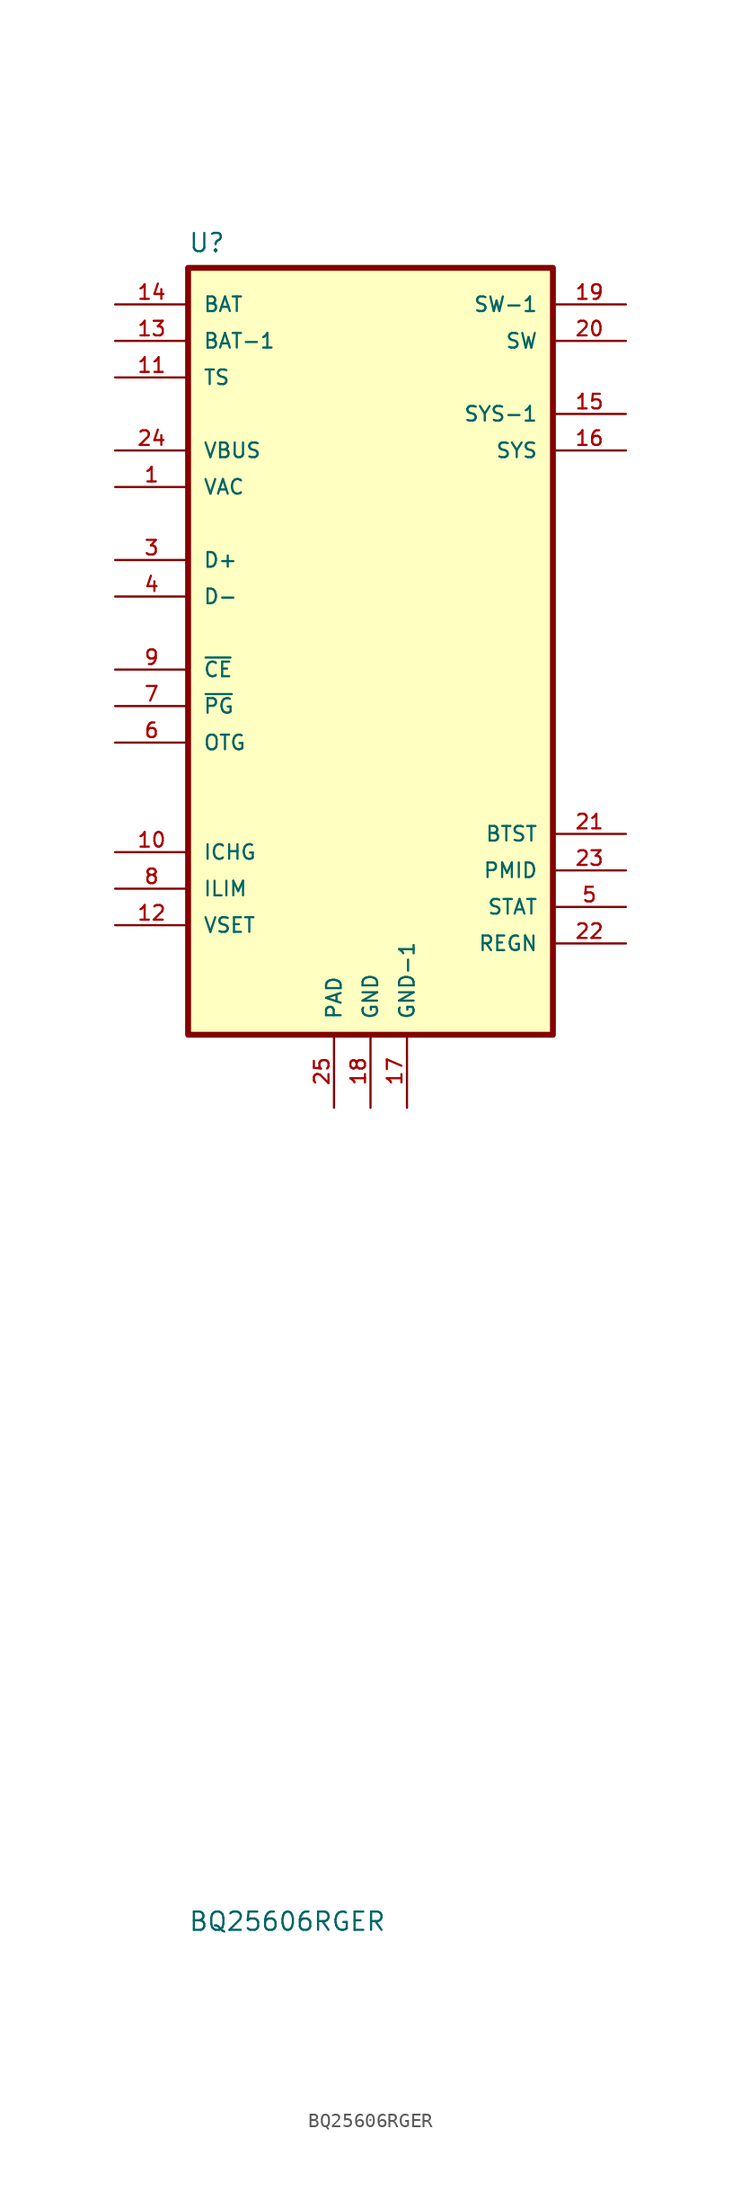
<source format=kicad_sym>
(kicad_symbol_lib
  (version 20231120)
  (generator "kicad_symbol_editor")
  (generator_version "8.0")
  (symbol "BQ25606RGER"
    (pin_names
      (offset 1.016))
    (property "Reference" "U"
      (at -12.7 56.88 0)
      (effects (font (size 1.27 1.27)) (justify left bottom)))
    (property "Value" "BQ25606RGER"
      (at -12.7 -59.88 0)
      (effects (font (size 1.27 1.27)) (justify left bottom)))
    (symbol "BQ25606RGER_0_0"
      (rectangle (start -12.7 55.88) (end 12.7 2.54) (stroke (width 0.41) (type default)) (fill (type background)))
      (pin bidirectional line (at -17.78 40.64 0) (length 5.08) (name "VAC" (effects (font (size 1.016 1.016)))) (number "1" (effects (font (size 1.016 1.016)))))
      (pin bidirectional line (at -17.78 15.24 0) (length 5.08) (name "ICHG" (effects (font (size 1.016 1.016)))) (number "10" (effects (font (size 1.016 1.016)))))
      (pin bidirectional line (at -17.78 48.26 0) (length 5.08) (name "TS" (effects (font (size 1.016 1.016)))) (number "11" (effects (font (size 1.016 1.016)))))
      (pin bidirectional line (at -17.78 10.16 0) (length 5.08) (name "VSET" (effects (font (size 1.016 1.016)))) (number "12" (effects (font (size 1.016 1.016)))))
      (pin bidirectional line (at -17.78 50.8 0) (length 5.08) (name "BAT-1" (effects (font (size 1.016 1.016)))) (number "13" (effects (font (size 1.016 1.016)))))
      (pin bidirectional line (at -17.78 53.34 0) (length 5.08) (name "BAT" (effects (font (size 1.016 1.016)))) (number "14" (effects (font (size 1.016 1.016)))))
      (pin bidirectional line (at 17.78 45.72 180) (length 5.08) (name "SYS-1" (effects (font (size 1.016 1.016)))) (number "15" (effects (font (size 1.016 1.016)))))
      (pin bidirectional line (at 17.78 43.18 180) (length 5.08) (name "SYS" (effects (font (size 1.016 1.016)))) (number "16" (effects (font (size 1.016 1.016)))))
      (pin power_in line (at 2.54 -2.54 90) (length 5.08) (name "GND-1" (effects (font (size 1.016 1.016)))) (number "17" (effects (font (size 1.016 1.016)))))
      (pin power_in line (at 0 -2.54 90) (length 5.08) (name "GND" (effects (font (size 1.016 1.016)))) (number "18" (effects (font (size 1.016 1.016)))))
      (pin bidirectional line (at 17.78 53.34 180) (length 5.08) (name "SW-1" (effects (font (size 1.016 1.016)))) (number "19" (effects (font (size 1.016 1.016)))))
      (pin bidirectional line (at 17.78 50.8 180) (length 5.08) (name "SW" (effects (font (size 1.016 1.016)))) (number "20" (effects (font (size 1.016 1.016)))))
      (pin bidirectional line (at 17.78 16.51 180) (length 5.08) (name "BTST" (effects (font (size 1.016 1.016)))) (number "21" (effects (font (size 1.016 1.016)))))
      (pin bidirectional line (at 17.78 8.89 180) (length 5.08) (name "REGN" (effects (font (size 1.016 1.016)))) (number "22" (effects (font (size 1.016 1.016)))))
      (pin bidirectional line (at 17.78 13.97 180) (length 5.08) (name "PMID" (effects (font (size 1.016 1.016)))) (number "23" (effects (font (size 1.016 1.016)))))
      (pin bidirectional line (at -17.78 43.18 0) (length 5.08) (name "VBUS" (effects (font (size 1.016 1.016)))) (number "24" (effects (font (size 1.016 1.016)))))
      (pin bidirectional line (at -17.78 35.56 0) (length 5.08) (name "D+" (effects (font (size 1.016 1.016)))) (number "3" (effects (font (size 1.016 1.016)))))
      (pin bidirectional line (at -17.78 33.02 0) (length 5.08) (name "D-" (effects (font (size 1.016 1.016)))) (number "4" (effects (font (size 1.016 1.016)))))
      (pin bidirectional line (at 17.78 11.43 180) (length 5.08) (name "STAT" (effects (font (size 1.016 1.016)))) (number "5" (effects (font (size 1.016 1.016)))))
      (pin bidirectional line (at -17.78 22.86 0) (length 5.08) (name "OTG" (effects (font (size 1.016 1.016)))) (number "6" (effects (font (size 1.016 1.016)))))
      (pin bidirectional line (at -17.78 25.4 0) (length 5.08) (name "~{PG}" (effects (font (size 1.016 1.016)))) (number "7" (effects (font (size 1.016 1.016)))))
      (pin bidirectional line (at -17.78 12.7 0) (length 5.08) (name "ILIM" (effects (font (size 1.016 1.016)))) (number "8" (effects (font (size 1.016 1.016)))))
      (pin bidirectional line (at -17.78 27.94 0) (length 5.08) (name "~{CE}" (effects (font (size 1.016 1.016)))) (number "9" (effects (font (size 1.016 1.016))))))
    (symbol "BQ25606RGER_1_0"
      (pin power_in line (at -2.54 -2.54 90) (length 5.08) (name "PAD" (effects (font (size 1.016 1.016)))) (number "25" (effects (font (size 1.016 1.016))))))))
</source>
